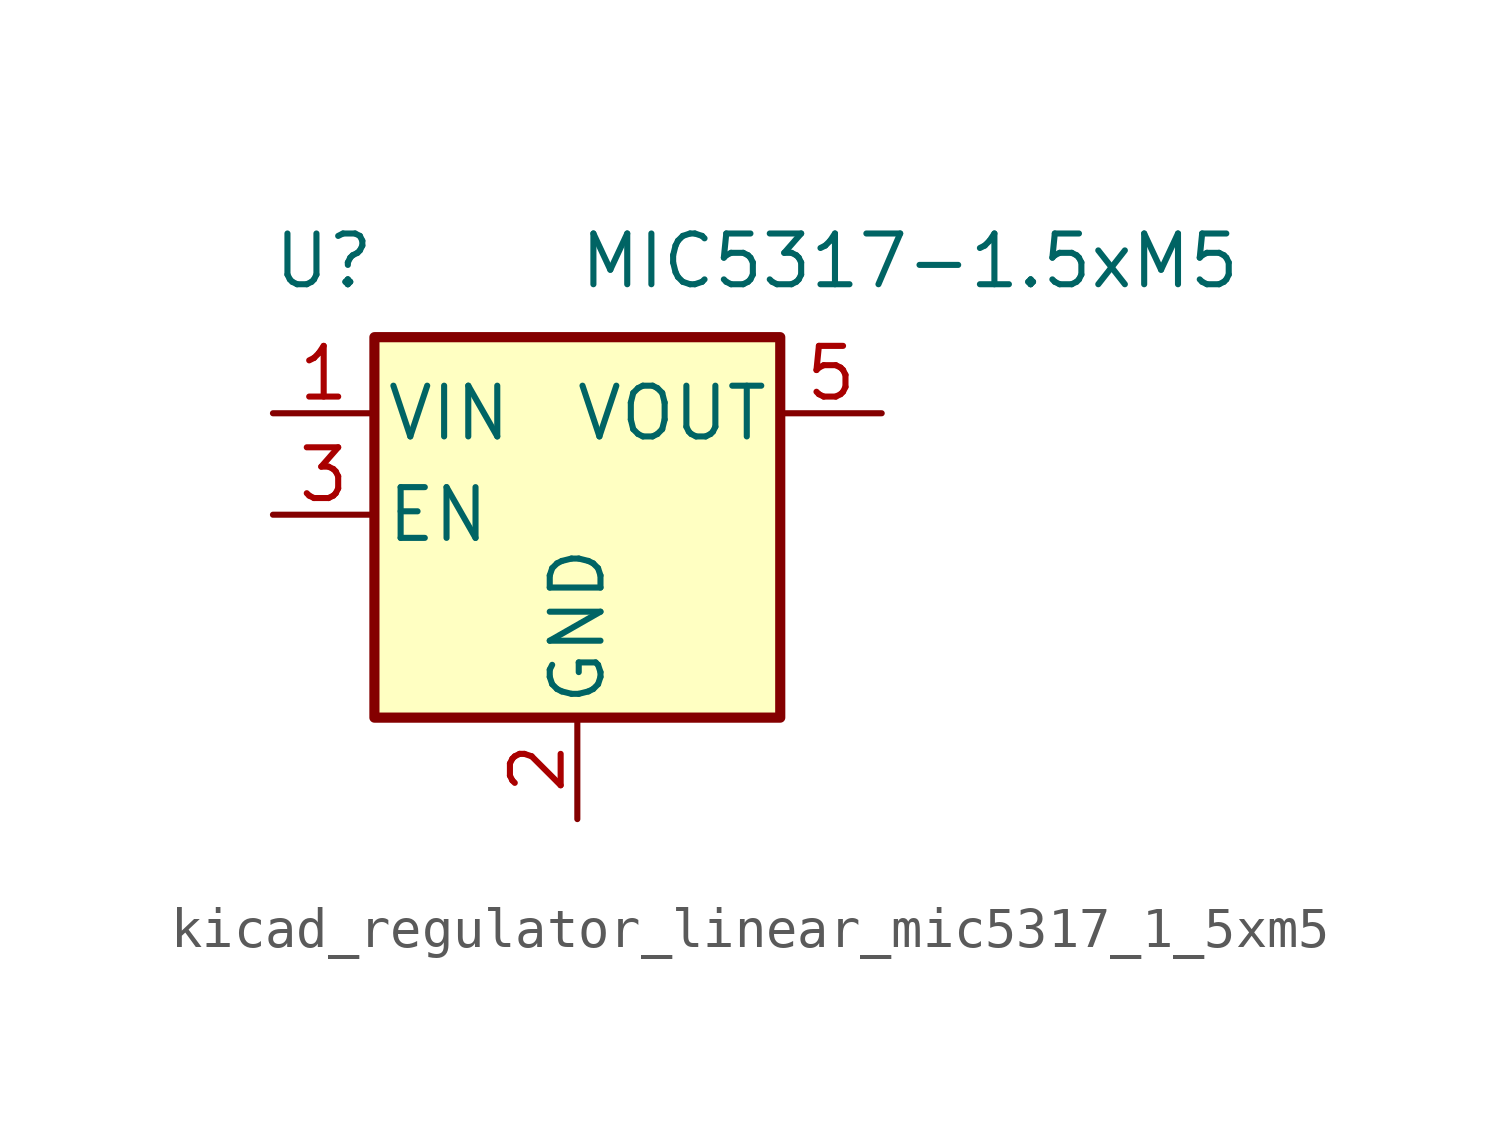
<source format=kicad_sym>
(kicad_symbol_lib
  (version 20220914)
  (generator kicad_symbol_editor)
  (symbol "kicad_regulator_linear_mic5317_1_5xm5"
    (pin_names
      (offset 0.254))
    (property "Reference" "U"
      (at -6.35 6.35 0)
      (effects (font (size 1.27 1.27))))
    (property "Value" "MIC5317-1.5xM5"
      (at 0 6.35 0)
      (effects (font (size 1.27 1.27)) (justify left)))
    (symbol "kicad_regulator_linear_mic5317_1_5xm5_0_1"
      (rectangle (start -5.08 4.445) (end 5.08 -5.08) (stroke (width 0.254) (type default)) (fill (type background))))
    (symbol "kicad_regulator_linear_mic5317_1_5xm5_1_1"
      (pin power_in line (at -7.62 2.54 0) (length 2.54) (name "VIN" (effects (font (size 1.27 1.27)))) (number "1" (effects (font (size 1.27 1.27)))))
      (pin power_in line (at 0 -7.62 90) (length 2.54) (name "GND" (effects (font (size 1.27 1.27)))) (number "2" (effects (font (size 1.27 1.27)))))
      (pin input line (at -7.62 0 0) (length 2.54) (name "EN" (effects (font (size 1.27 1.27)))) (number "3" (effects (font (size 1.27 1.27)))))
      (pin no_connect line (at 5.08 0 180) (length 2.54) hide (name "NC" (effects (font (size 1.27 1.27)))) (number "4" (effects (font (size 1.27 1.27)))))
      (pin power_out line (at 7.62 2.54 180) (length 2.54) (name "VOUT" (effects (font (size 1.27 1.27)))) (number "5" (effects (font (size 1.27 1.27))))))))
</source>
